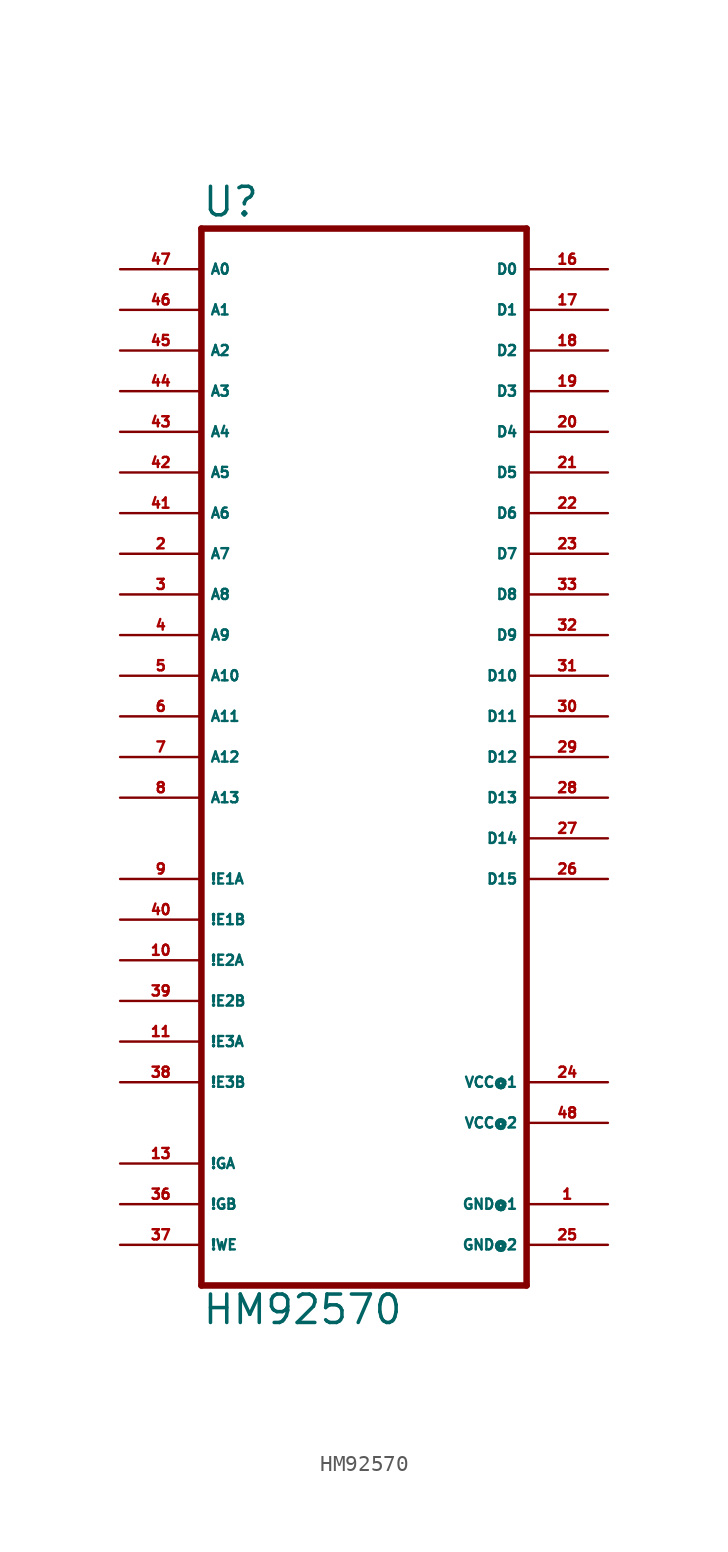
<source format=kicad_sym>
(kicad_symbol_lib
  (version 20220914)
  (generator Eagle2Kicad)
  (symbol "HM92570"
    (property "Reference" "U"
      (at -10.16 31.115 0)
      (effects (font (size 1.778 1.778) (thickness 0.22)) (justify left bottom)))
    (property "Value" "HM92570"
      (at -10.16 -38.1 0)
      (effects (font (size 1.778 1.778) (thickness 0.22)) (justify left bottom)))
    (polyline
      (pts (xy -10.16 -35.56) (xy 10.16 -35.56))
      (stroke (width 0.406) (type default))
      (fill (type none)))
    (polyline
      (pts (xy 10.16 -35.56) (xy 10.16 30.48))
      (stroke (width 0.406) (type default))
      (fill (type none)))
    (polyline
      (pts (xy 10.16 30.48) (xy -10.16 30.48))
      (stroke (width 0.406) (type default))
      (fill (type none)))
    (polyline
      (pts (xy -10.16 30.48) (xy -10.16 -35.56))
      (stroke (width 0.406) (type default))
      (fill (type none)))
    (pin input line
      (at -15.24 10.16 0)
      (length 5.08)
      (name "A7" (effects (font (size 0.635 0.635) (thickness 0.08)) (justify left bottom)))
      (number "2" (effects (font (size 0.635 0.635) (thickness 0.08)) (justify left bottom))))
    (pin input line
      (at -15.24 7.62 0)
      (length 5.08)
      (name "A8" (effects (font (size 0.635 0.635) (thickness 0.08)) (justify left bottom)))
      (number "3" (effects (font (size 0.635 0.635) (thickness 0.08)) (justify left bottom))))
    (pin input line
      (at -15.24 5.08 0)
      (length 5.08)
      (name "A9" (effects (font (size 0.635 0.635) (thickness 0.08)) (justify left bottom)))
      (number "4" (effects (font (size 0.635 0.635) (thickness 0.08)) (justify left bottom))))
    (pin input line
      (at -15.24 2.54 0)
      (length 5.08)
      (name "A10" (effects (font (size 0.635 0.635) (thickness 0.08)) (justify left bottom)))
      (number "5" (effects (font (size 0.635 0.635) (thickness 0.08)) (justify left bottom))))
    (pin input line
      (at -15.24 0 0)
      (length 5.08)
      (name "A11" (effects (font (size 0.635 0.635) (thickness 0.08)) (justify left bottom)))
      (number "6" (effects (font (size 0.635 0.635) (thickness 0.08)) (justify left bottom))))
    (pin input line
      (at -15.24 -2.54 0)
      (length 5.08)
      (name "A12" (effects (font (size 0.635 0.635) (thickness 0.08)) (justify left bottom)))
      (number "7" (effects (font (size 0.635 0.635) (thickness 0.08)) (justify left bottom))))
    (pin input line
      (at -15.24 -5.08 0)
      (length 5.08)
      (name "A13" (effects (font (size 0.635 0.635) (thickness 0.08)) (justify left bottom)))
      (number "8" (effects (font (size 0.635 0.635) (thickness 0.08)) (justify left bottom))))
    (pin input line
      (at -15.24 -10.16 0)
      (length 5.08)
      (name "!E1A" (effects (font (size 0.635 0.635) (thickness 0.08)) (justify left bottom)))
      (number "9" (effects (font (size 0.635 0.635) (thickness 0.08)) (justify left bottom))))
    (pin input line
      (at -15.24 -15.24 0)
      (length 5.08)
      (name "!E2A" (effects (font (size 0.635 0.635) (thickness 0.08)) (justify left bottom)))
      (number "10" (effects (font (size 0.635 0.635) (thickness 0.08)) (justify left bottom))))
    (pin input line
      (at -15.24 -20.32 0)
      (length 5.08)
      (name "!E3A" (effects (font (size 0.635 0.635) (thickness 0.08)) (justify left bottom)))
      (number "11" (effects (font (size 0.635 0.635) (thickness 0.08)) (justify left bottom))))
    (pin input line
      (at -15.24 -27.94 0)
      (length 5.08)
      (name "!GA" (effects (font (size 0.635 0.635) (thickness 0.08)) (justify left bottom)))
      (number "13" (effects (font (size 0.635 0.635) (thickness 0.08)) (justify left bottom))))
    (pin bidirectional line
      (at 15.24 27.94 180)
      (length 5.08)
      (name "D0" (effects (font (size 0.635 0.635) (thickness 0.08)) (justify left bottom)))
      (number "16" (effects (font (size 0.635 0.635) (thickness 0.08)) (justify left bottom))))
    (pin bidirectional line
      (at 15.24 25.4 180)
      (length 5.08)
      (name "D1" (effects (font (size 0.635 0.635) (thickness 0.08)) (justify left bottom)))
      (number "17" (effects (font (size 0.635 0.635) (thickness 0.08)) (justify left bottom))))
    (pin bidirectional line
      (at 15.24 22.86 180)
      (length 5.08)
      (name "D2" (effects (font (size 0.635 0.635) (thickness 0.08)) (justify left bottom)))
      (number "18" (effects (font (size 0.635 0.635) (thickness 0.08)) (justify left bottom))))
    (pin bidirectional line
      (at 15.24 20.32 180)
      (length 5.08)
      (name "D3" (effects (font (size 0.635 0.635) (thickness 0.08)) (justify left bottom)))
      (number "19" (effects (font (size 0.635 0.635) (thickness 0.08)) (justify left bottom))))
    (pin bidirectional line
      (at 15.24 17.78 180)
      (length 5.08)
      (name "D4" (effects (font (size 0.635 0.635) (thickness 0.08)) (justify left bottom)))
      (number "20" (effects (font (size 0.635 0.635) (thickness 0.08)) (justify left bottom))))
    (pin bidirectional line
      (at 15.24 15.24 180)
      (length 5.08)
      (name "D5" (effects (font (size 0.635 0.635) (thickness 0.08)) (justify left bottom)))
      (number "21" (effects (font (size 0.635 0.635) (thickness 0.08)) (justify left bottom))))
    (pin bidirectional line
      (at 15.24 12.7 180)
      (length 5.08)
      (name "D6" (effects (font (size 0.635 0.635) (thickness 0.08)) (justify left bottom)))
      (number "22" (effects (font (size 0.635 0.635) (thickness 0.08)) (justify left bottom))))
    (pin bidirectional line
      (at 15.24 10.16 180)
      (length 5.08)
      (name "D7" (effects (font (size 0.635 0.635) (thickness 0.08)) (justify left bottom)))
      (number "23" (effects (font (size 0.635 0.635) (thickness 0.08)) (justify left bottom))))
    (pin bidirectional line
      (at 15.24 -10.16 180)
      (length 5.08)
      (name "D15" (effects (font (size 0.635 0.635) (thickness 0.08)) (justify left bottom)))
      (number "26" (effects (font (size 0.635 0.635) (thickness 0.08)) (justify left bottom))))
    (pin bidirectional line
      (at 15.24 -7.62 180)
      (length 5.08)
      (name "D14" (effects (font (size 0.635 0.635) (thickness 0.08)) (justify left bottom)))
      (number "27" (effects (font (size 0.635 0.635) (thickness 0.08)) (justify left bottom))))
    (pin bidirectional line
      (at 15.24 -5.08 180)
      (length 5.08)
      (name "D13" (effects (font (size 0.635 0.635) (thickness 0.08)) (justify left bottom)))
      (number "28" (effects (font (size 0.635 0.635) (thickness 0.08)) (justify left bottom))))
    (pin bidirectional line
      (at 15.24 -2.54 180)
      (length 5.08)
      (name "D12" (effects (font (size 0.635 0.635) (thickness 0.08)) (justify left bottom)))
      (number "29" (effects (font (size 0.635 0.635) (thickness 0.08)) (justify left bottom))))
    (pin bidirectional line
      (at 15.24 0 180)
      (length 5.08)
      (name "D11" (effects (font (size 0.635 0.635) (thickness 0.08)) (justify left bottom)))
      (number "30" (effects (font (size 0.635 0.635) (thickness 0.08)) (justify left bottom))))
    (pin bidirectional line
      (at 15.24 2.54 180)
      (length 5.08)
      (name "D10" (effects (font (size 0.635 0.635) (thickness 0.08)) (justify left bottom)))
      (number "31" (effects (font (size 0.635 0.635) (thickness 0.08)) (justify left bottom))))
    (pin bidirectional line
      (at 15.24 5.08 180)
      (length 5.08)
      (name "D9" (effects (font (size 0.635 0.635) (thickness 0.08)) (justify left bottom)))
      (number "32" (effects (font (size 0.635 0.635) (thickness 0.08)) (justify left bottom))))
    (pin bidirectional line
      (at 15.24 7.62 180)
      (length 5.08)
      (name "D8" (effects (font (size 0.635 0.635) (thickness 0.08)) (justify left bottom)))
      (number "33" (effects (font (size 0.635 0.635) (thickness 0.08)) (justify left bottom))))
    (pin input line
      (at -15.24 -30.48 0)
      (length 5.08)
      (name "!GB" (effects (font (size 0.635 0.635) (thickness 0.08)) (justify left bottom)))
      (number "36" (effects (font (size 0.635 0.635) (thickness 0.08)) (justify left bottom))))
    (pin input line
      (at -15.24 -33.02 0)
      (length 5.08)
      (name "!WE" (effects (font (size 0.635 0.635) (thickness 0.08)) (justify left bottom)))
      (number "37" (effects (font (size 0.635 0.635) (thickness 0.08)) (justify left bottom))))
    (pin input line
      (at -15.24 -22.86 0)
      (length 5.08)
      (name "!E3B" (effects (font (size 0.635 0.635) (thickness 0.08)) (justify left bottom)))
      (number "38" (effects (font (size 0.635 0.635) (thickness 0.08)) (justify left bottom))))
    (pin input line
      (at -15.24 -17.78 0)
      (length 5.08)
      (name "!E2B" (effects (font (size 0.635 0.635) (thickness 0.08)) (justify left bottom)))
      (number "39" (effects (font (size 0.635 0.635) (thickness 0.08)) (justify left bottom))))
    (pin input line
      (at -15.24 -12.7 0)
      (length 5.08)
      (name "!E1B" (effects (font (size 0.635 0.635) (thickness 0.08)) (justify left bottom)))
      (number "40" (effects (font (size 0.635 0.635) (thickness 0.08)) (justify left bottom))))
    (pin input line
      (at -15.24 12.7 0)
      (length 5.08)
      (name "A6" (effects (font (size 0.635 0.635) (thickness 0.08)) (justify left bottom)))
      (number "41" (effects (font (size 0.635 0.635) (thickness 0.08)) (justify left bottom))))
    (pin input line
      (at -15.24 15.24 0)
      (length 5.08)
      (name "A5" (effects (font (size 0.635 0.635) (thickness 0.08)) (justify left bottom)))
      (number "42" (effects (font (size 0.635 0.635) (thickness 0.08)) (justify left bottom))))
    (pin input line
      (at -15.24 17.78 0)
      (length 5.08)
      (name "A4" (effects (font (size 0.635 0.635) (thickness 0.08)) (justify left bottom)))
      (number "43" (effects (font (size 0.635 0.635) (thickness 0.08)) (justify left bottom))))
    (pin input line
      (at -15.24 20.32 0)
      (length 5.08)
      (name "A3" (effects (font (size 0.635 0.635) (thickness 0.08)) (justify left bottom)))
      (number "44" (effects (font (size 0.635 0.635) (thickness 0.08)) (justify left bottom))))
    (pin input line
      (at -15.24 22.86 0)
      (length 5.08)
      (name "A2" (effects (font (size 0.635 0.635) (thickness 0.08)) (justify left bottom)))
      (number "45" (effects (font (size 0.635 0.635) (thickness 0.08)) (justify left bottom))))
    (pin input line
      (at -15.24 25.4 0)
      (length 5.08)
      (name "A1" (effects (font (size 0.635 0.635) (thickness 0.08)) (justify left bottom)))
      (number "46" (effects (font (size 0.635 0.635) (thickness 0.08)) (justify left bottom))))
    (pin input line
      (at -15.24 27.94 0)
      (length 5.08)
      (name "A0" (effects (font (size 0.635 0.635) (thickness 0.08)) (justify left bottom)))
      (number "47" (effects (font (size 0.635 0.635) (thickness 0.08)) (justify left bottom))))
    (pin unspecified line
      (at 15.24 -22.86 180)
      (length 5.08)
      (name "VCC@1" (effects (font (size 0.635 0.635) (thickness 0.08)) (justify left bottom)))
      (number "24" (effects (font (size 0.635 0.635) (thickness 0.08)) (justify left bottom))))
    (pin unspecified line
      (at 15.24 -25.4 180)
      (length 5.08)
      (name "VCC@2" (effects (font (size 0.635 0.635) (thickness 0.08)) (justify left bottom)))
      (number "48" (effects (font (size 0.635 0.635) (thickness 0.08)) (justify left bottom))))
    (pin unspecified line
      (at 15.24 -33.02 180)
      (length 5.08)
      (name "GND@2" (effects (font (size 0.635 0.635) (thickness 0.08)) (justify left bottom)))
      (number "25" (effects (font (size 0.635 0.635) (thickness 0.08)) (justify left bottom))))
    (pin unspecified line
      (at 15.24 -30.48 180)
      (length 5.08)
      (name "GND@1" (effects (font (size 0.635 0.635) (thickness 0.08)) (justify left bottom)))
      (number "1" (effects (font (size 0.635 0.635) (thickness 0.08)) (justify left bottom))))))
</source>
